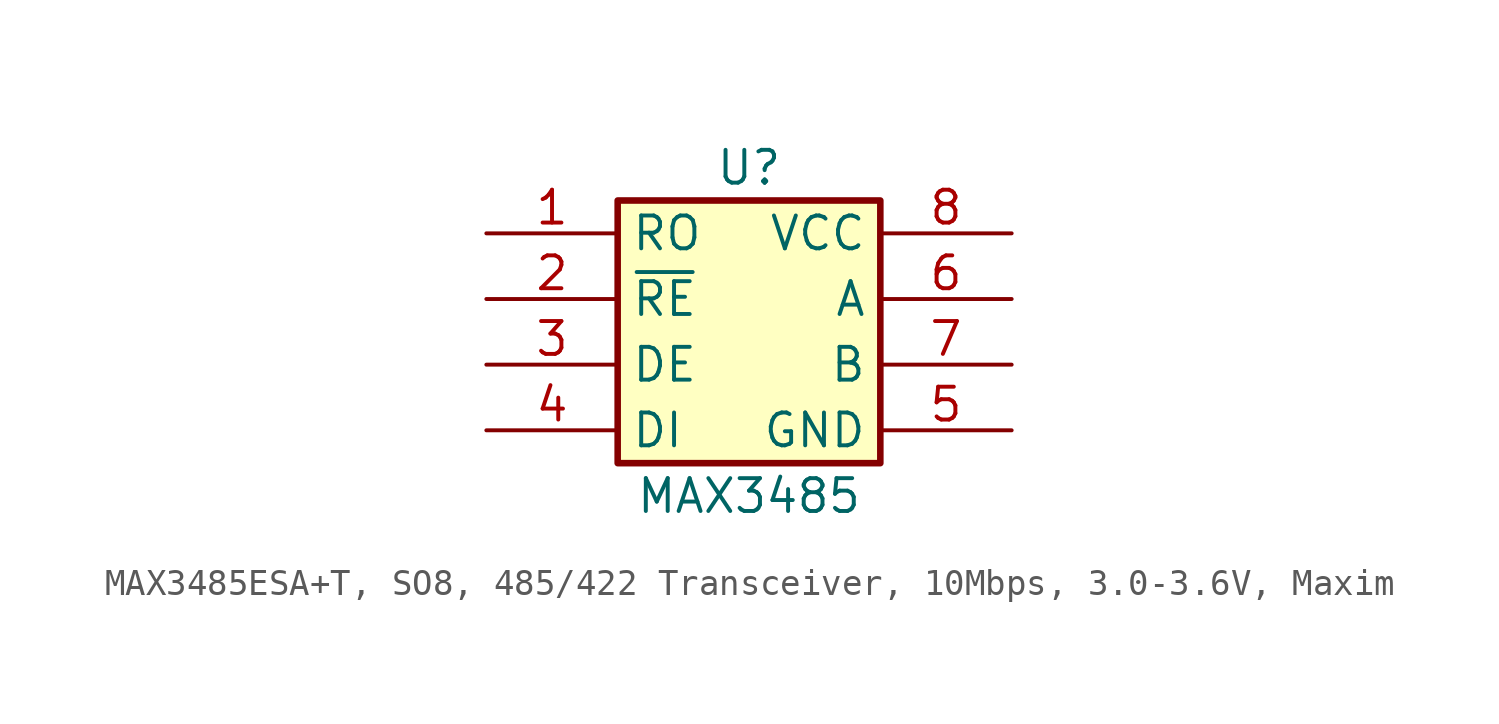
<source format=kicad_sym>
(kicad_symbol_lib
  (version 20241209)
  (generator "kicad_symbol_editor")
  (generator_version "9.0")
  (symbol "MAX3485ESA+T, SO8, 485/422 Transceiver, 10Mbps, 3.0-3.6V, Maxim"
    (property "Reference" "U"
      (at 0 5.08 0)
      (effects (font (size 1.27 1.27))))
    (property "Value" "MAX3485"
      (at 0 -7.62 0)
      (effects (font (size 1.27 1.27))))
    (symbol "MAX3485ESA+T, SO8, 485/422 Transceiver, 10Mbps, 3.0-3.6V, Maxim_0_1"
      (rectangle (start -5.08 3.81) (end 5.08 -6.35) (stroke (width 0.254) (type default)) (fill (type background))))
    (symbol "MAX3485ESA+T, SO8, 485/422 Transceiver, 10Mbps, 3.0-3.6V, Maxim_1_1"
      (pin passive line (at -10.16 2.54 0) (length 5.08) (name "RO" (effects (font (size 1.27 1.27)))) (number "1" (effects (font (size 1.27 1.27)))))
      (pin passive line (at -10.16 0 0) (length 5.08) (name "~{RE}" (effects (font (size 1.27 1.27)))) (number "2" (effects (font (size 1.27 1.27)))))
      (pin passive line (at -10.16 -2.54 0) (length 5.08) (name "DE" (effects (font (size 1.27 1.27)))) (number "3" (effects (font (size 1.27 1.27)))))
      (pin passive line (at -10.16 -5.08 0) (length 5.08) (name "DI" (effects (font (size 1.27 1.27)))) (number "4" (effects (font (size 1.27 1.27)))))
      (pin power_in line (at 10.16 2.54 180) (length 5.08) (name "VCC" (effects (font (size 1.27 1.27)))) (number "8" (effects (font (size 1.27 1.27)))))
      (pin passive line (at 10.16 0 180) (length 5.08) (name "A" (effects (font (size 1.27 1.27)))) (number "6" (effects (font (size 1.27 1.27)))))
      (pin passive line (at 10.16 -2.54 180) (length 5.08) (name "B" (effects (font (size 1.27 1.27)))) (number "7" (effects (font (size 1.27 1.27)))))
      (pin power_in line (at 10.16 -5.08 180) (length 5.08) (name "GND" (effects (font (size 1.27 1.27)))) (number "5" (effects (font (size 1.27 1.27))))))))
</source>
